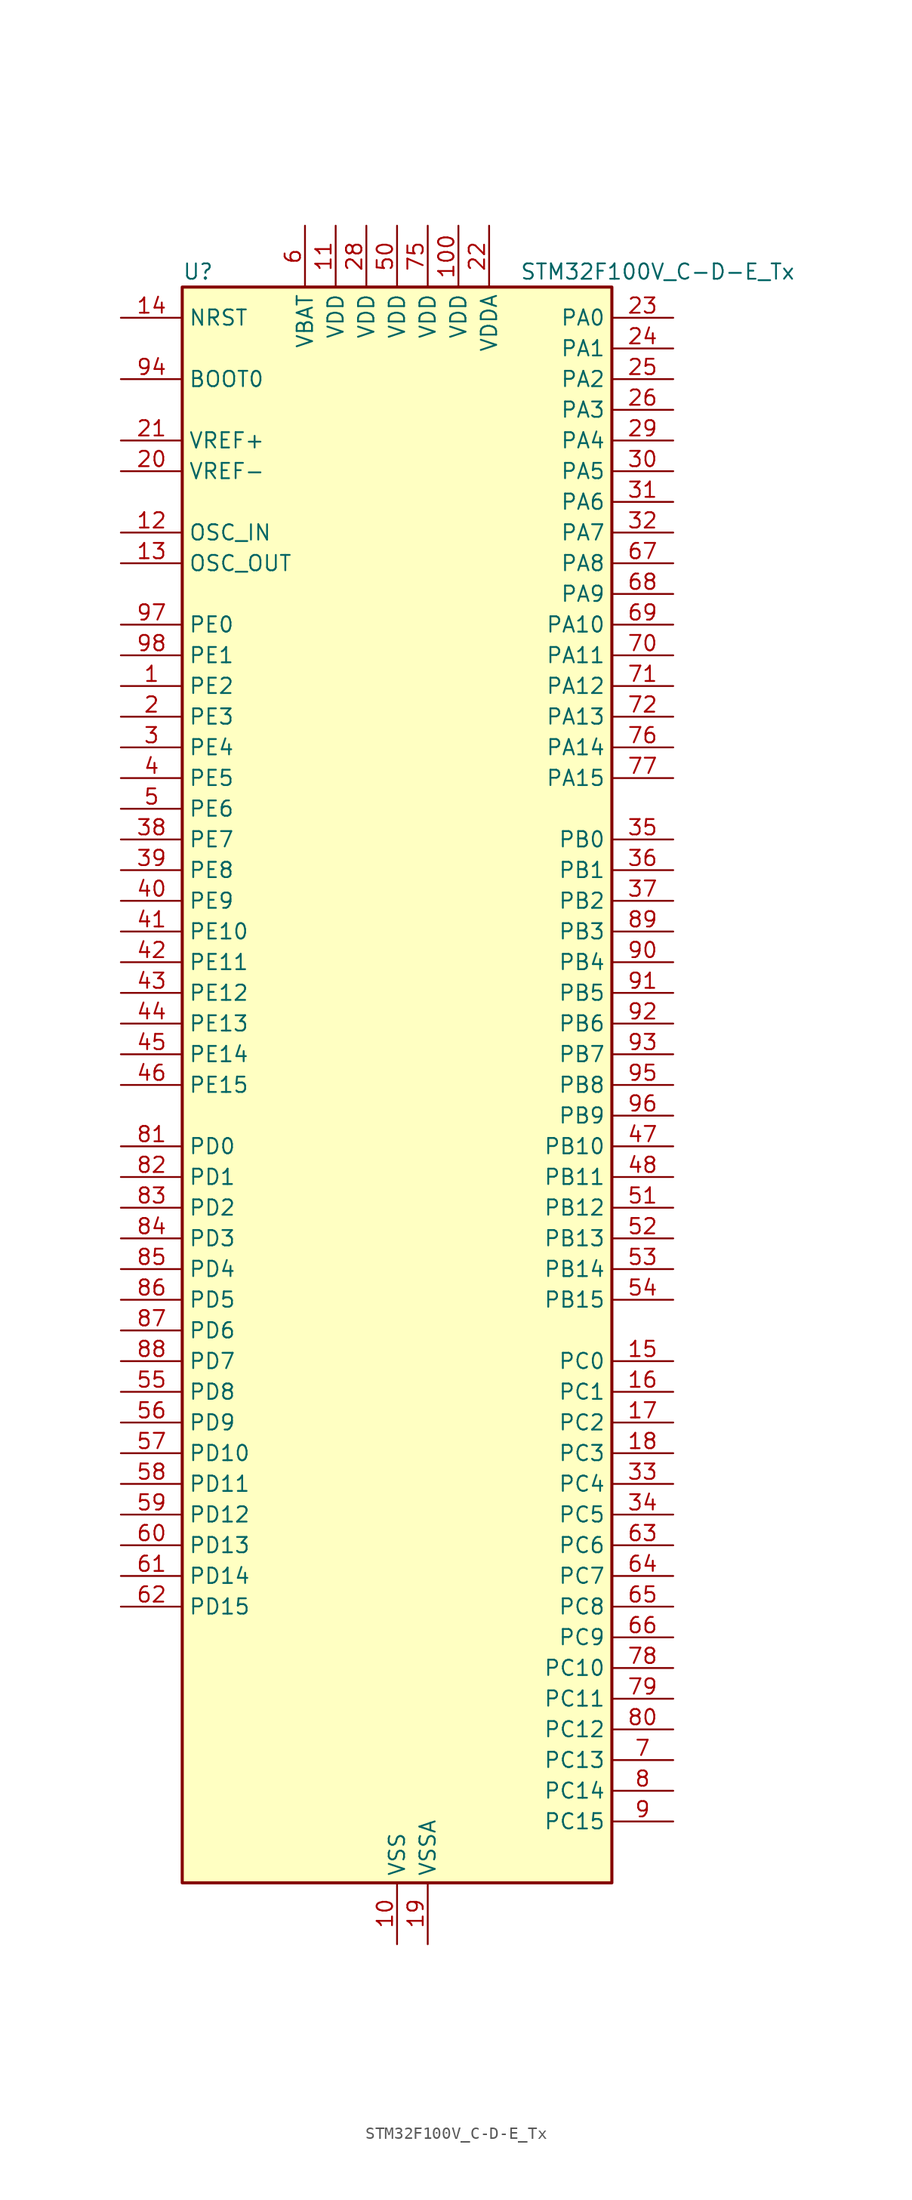
<source format=kicad_sym>
(kicad_symbol_lib
  (version 20231120)
  (generator "kicad_symbol_editor")
  (generator_version "8.0")
  (symbol "STM32F100V_C-D-E_Tx"
    (property "Reference" "U"
      (at -17.78 67.31 0)
      (effects (font (size 1.27 1.27)) (justify left)))
    (property "Value" "STM32F100V_C-D-E_Tx"
      (at 10.16 67.31 0)
      (effects (font (size 1.27 1.27)) (justify left)))
    (property "ki_locked" ""
      (at 0 0 0)
      (effects (font (size 1.27 1.27))))
    (symbol "STM32F100V_C-D-E_Tx_0_1"
      (rectangle (start -17.78 -66.04) (end 17.78 66.04) (stroke (width 0.254) (type default)) (fill (type background))))
    (symbol "STM32F100V_C-D-E_Tx_1_1"
      (pin bidirectional line (at -22.86 33.02 0) (length 5.08) (name "PE2" (effects (font (size 1.27 1.27)))) (number "1" (effects (font (size 1.27 1.27)))) (alternate "FSMC_A23" bidirectional line) (alternate "SYS_TRACECLK" bidirectional line))
      (pin power_in line (at 0 -71.12 90) (length 5.08) (name "VSS" (effects (font (size 1.27 1.27)))) (number "10" (effects (font (size 1.27 1.27)))))
      (pin power_in line (at 5.08 71.12 270) (length 5.08) (name "VDD" (effects (font (size 1.27 1.27)))) (number "100" (effects (font (size 1.27 1.27)))))
      (pin power_in line (at -5.08 71.12 270) (length 5.08) (name "VDD" (effects (font (size 1.27 1.27)))) (number "11" (effects (font (size 1.27 1.27)))))
      (pin input line (at -22.86 45.72 0) (length 5.08) (name "OSC_IN" (effects (font (size 1.27 1.27)))) (number "12" (effects (font (size 1.27 1.27)))) (alternate "RCC_OSC_IN" bidirectional line))
      (pin input line (at -22.86 43.18 0) (length 5.08) (name "OSC_OUT" (effects (font (size 1.27 1.27)))) (number "13" (effects (font (size 1.27 1.27)))) (alternate "RCC_OSC_OUT" bidirectional line))
      (pin input line (at -22.86 63.5 0) (length 5.08) (name "NRST" (effects (font (size 1.27 1.27)))) (number "14" (effects (font (size 1.27 1.27)))))
      (pin bidirectional line (at 22.86 -22.86 180) (length 5.08) (name "PC0" (effects (font (size 1.27 1.27)))) (number "15" (effects (font (size 1.27 1.27)))) (alternate "ADC1_IN10" bidirectional line))
      (pin bidirectional line (at 22.86 -25.4 180) (length 5.08) (name "PC1" (effects (font (size 1.27 1.27)))) (number "16" (effects (font (size 1.27 1.27)))) (alternate "ADC1_IN11" bidirectional line))
      (pin bidirectional line (at 22.86 -27.94 180) (length 5.08) (name "PC2" (effects (font (size 1.27 1.27)))) (number "17" (effects (font (size 1.27 1.27)))) (alternate "ADC1_IN12" bidirectional line))
      (pin bidirectional line (at 22.86 -30.48 180) (length 5.08) (name "PC3" (effects (font (size 1.27 1.27)))) (number "18" (effects (font (size 1.27 1.27)))) (alternate "ADC1_IN13" bidirectional line))
      (pin power_in line (at 2.54 -71.12 90) (length 5.08) (name "VSSA" (effects (font (size 1.27 1.27)))) (number "19" (effects (font (size 1.27 1.27)))))
      (pin bidirectional line (at -22.86 30.48 0) (length 5.08) (name "PE3" (effects (font (size 1.27 1.27)))) (number "2" (effects (font (size 1.27 1.27)))) (alternate "FSMC_A19" bidirectional line) (alternate "SYS_TRACED0" bidirectional line))
      (pin input line (at -22.86 50.8 0) (length 5.08) (name "VREF-" (effects (font (size 1.27 1.27)))) (number "20" (effects (font (size 1.27 1.27)))))
      (pin input line (at -22.86 53.34 0) (length 5.08) (name "VREF+" (effects (font (size 1.27 1.27)))) (number "21" (effects (font (size 1.27 1.27)))))
      (pin power_in line (at 7.62 71.12 270) (length 5.08) (name "VDDA" (effects (font (size 1.27 1.27)))) (number "22" (effects (font (size 1.27 1.27)))))
      (pin bidirectional line (at 22.86 63.5 180) (length 5.08) (name "PA0" (effects (font (size 1.27 1.27)))) (number "23" (effects (font (size 1.27 1.27)))) (alternate "ADC1_IN0" bidirectional line) (alternate "SYS_WKUP" bidirectional line) (alternate "TIM2_CH1" bidirectional line) (alternate "TIM2_ETR" bidirectional line) (alternate "TIM5_CH1" bidirectional line) (alternate "USART2_CTS" bidirectional line))
      (pin bidirectional line (at 22.86 60.96 180) (length 5.08) (name "PA1" (effects (font (size 1.27 1.27)))) (number "24" (effects (font (size 1.27 1.27)))) (alternate "ADC1_IN1" bidirectional line) (alternate "TIM2_CH2" bidirectional line) (alternate "TIM5_CH2" bidirectional line) (alternate "USART2_RTS" bidirectional line))
      (pin bidirectional line (at 22.86 58.42 180) (length 5.08) (name "PA2" (effects (font (size 1.27 1.27)))) (number "25" (effects (font (size 1.27 1.27)))) (alternate "ADC1_IN2" bidirectional line) (alternate "TIM15_CH1" bidirectional line) (alternate "TIM2_CH3" bidirectional line) (alternate "TIM5_CH3" bidirectional line) (alternate "USART2_TX" bidirectional line))
      (pin bidirectional line (at 22.86 55.88 180) (length 5.08) (name "PA3" (effects (font (size 1.27 1.27)))) (number "26" (effects (font (size 1.27 1.27)))) (alternate "ADC1_IN3" bidirectional line) (alternate "TIM15_CH2" bidirectional line) (alternate "TIM2_CH4" bidirectional line) (alternate "TIM5_CH4" bidirectional line) (alternate "USART2_RX" bidirectional line))
      (pin passive line (at 0 -71.12 90) (length 5.08) hide (name "VSS" (effects (font (size 1.27 1.27)))) (number "27" (effects (font (size 1.27 1.27)))))
      (pin power_in line (at -2.54 71.12 270) (length 5.08) (name "VDD" (effects (font (size 1.27 1.27)))) (number "28" (effects (font (size 1.27 1.27)))))
      (pin bidirectional line (at 22.86 53.34 180) (length 5.08) (name "PA4" (effects (font (size 1.27 1.27)))) (number "29" (effects (font (size 1.27 1.27)))) (alternate "ADC1_IN4" bidirectional line) (alternate "DAC_OUT1" bidirectional line) (alternate "SPI1_NSS" bidirectional line) (alternate "USART2_CK" bidirectional line))
      (pin bidirectional line (at -22.86 27.94 0) (length 5.08) (name "PE4" (effects (font (size 1.27 1.27)))) (number "3" (effects (font (size 1.27 1.27)))) (alternate "FSMC_A20" bidirectional line) (alternate "SYS_TRACED1" bidirectional line))
      (pin bidirectional line (at 22.86 50.8 180) (length 5.08) (name "PA5" (effects (font (size 1.27 1.27)))) (number "30" (effects (font (size 1.27 1.27)))) (alternate "ADC1_IN5" bidirectional line) (alternate "DAC_OUT2" bidirectional line) (alternate "SPI1_SCK" bidirectional line))
      (pin bidirectional line (at 22.86 48.26 180) (length 5.08) (name "PA6" (effects (font (size 1.27 1.27)))) (number "31" (effects (font (size 1.27 1.27)))) (alternate "ADC1_IN6" bidirectional line) (alternate "SPI1_MISO" bidirectional line) (alternate "TIM16_CH1" bidirectional line) (alternate "TIM1_BKIN" bidirectional line) (alternate "TIM3_CH1" bidirectional line))
      (pin bidirectional line (at 22.86 45.72 180) (length 5.08) (name "PA7" (effects (font (size 1.27 1.27)))) (number "32" (effects (font (size 1.27 1.27)))) (alternate "ADC1_IN7" bidirectional line) (alternate "SPI1_MOSI" bidirectional line) (alternate "TIM17_CH1" bidirectional line) (alternate "TIM1_CH1N" bidirectional line) (alternate "TIM3_CH2" bidirectional line))
      (pin bidirectional line (at 22.86 -33.02 180) (length 5.08) (name "PC4" (effects (font (size 1.27 1.27)))) (number "33" (effects (font (size 1.27 1.27)))) (alternate "ADC1_IN14" bidirectional line) (alternate "TIM12_CH1" bidirectional line))
      (pin bidirectional line (at 22.86 -35.56 180) (length 5.08) (name "PC5" (effects (font (size 1.27 1.27)))) (number "34" (effects (font (size 1.27 1.27)))) (alternate "ADC1_IN15" bidirectional line) (alternate "TIM12_CH2" bidirectional line))
      (pin bidirectional line (at 22.86 20.32 180) (length 5.08) (name "PB0" (effects (font (size 1.27 1.27)))) (number "35" (effects (font (size 1.27 1.27)))) (alternate "ADC1_IN8" bidirectional line) (alternate "TIM13_CH1" bidirectional line) (alternate "TIM1_CH2N" bidirectional line) (alternate "TIM3_CH3" bidirectional line))
      (pin bidirectional line (at 22.86 17.78 180) (length 5.08) (name "PB1" (effects (font (size 1.27 1.27)))) (number "36" (effects (font (size 1.27 1.27)))) (alternate "ADC1_IN9" bidirectional line) (alternate "TIM14_CH1" bidirectional line) (alternate "TIM1_CH3N" bidirectional line) (alternate "TIM3_CH4" bidirectional line))
      (pin bidirectional line (at 22.86 15.24 180) (length 5.08) (name "PB2" (effects (font (size 1.27 1.27)))) (number "37" (effects (font (size 1.27 1.27)))))
      (pin bidirectional line (at -22.86 20.32 0) (length 5.08) (name "PE7" (effects (font (size 1.27 1.27)))) (number "38" (effects (font (size 1.27 1.27)))) (alternate "FSMC_D4" bidirectional line) (alternate "FSMC_DA4" bidirectional line) (alternate "TIM1_ETR" bidirectional line))
      (pin bidirectional line (at -22.86 17.78 0) (length 5.08) (name "PE8" (effects (font (size 1.27 1.27)))) (number "39" (effects (font (size 1.27 1.27)))) (alternate "FSMC_D5" bidirectional line) (alternate "FSMC_DA5" bidirectional line) (alternate "TIM1_CH1N" bidirectional line))
      (pin bidirectional line (at -22.86 25.4 0) (length 5.08) (name "PE5" (effects (font (size 1.27 1.27)))) (number "4" (effects (font (size 1.27 1.27)))) (alternate "FSMC_A21" bidirectional line) (alternate "SYS_TRACED2" bidirectional line))
      (pin bidirectional line (at -22.86 15.24 0) (length 5.08) (name "PE9" (effects (font (size 1.27 1.27)))) (number "40" (effects (font (size 1.27 1.27)))) (alternate "DAC_EXTI9" bidirectional line) (alternate "FSMC_D6" bidirectional line) (alternate "FSMC_DA6" bidirectional line) (alternate "TIM1_CH1" bidirectional line))
      (pin bidirectional line (at -22.86 12.7 0) (length 5.08) (name "PE10" (effects (font (size 1.27 1.27)))) (number "41" (effects (font (size 1.27 1.27)))) (alternate "FSMC_D7" bidirectional line) (alternate "FSMC_DA7" bidirectional line) (alternate "TIM1_CH2N" bidirectional line))
      (pin bidirectional line (at -22.86 10.16 0) (length 5.08) (name "PE11" (effects (font (size 1.27 1.27)))) (number "42" (effects (font (size 1.27 1.27)))) (alternate "ADC1_EXTI11" bidirectional line) (alternate "FSMC_D8" bidirectional line) (alternate "FSMC_DA8" bidirectional line) (alternate "TIM1_CH2" bidirectional line))
      (pin bidirectional line (at -22.86 7.62 0) (length 5.08) (name "PE12" (effects (font (size 1.27 1.27)))) (number "43" (effects (font (size 1.27 1.27)))) (alternate "FSMC_D9" bidirectional line) (alternate "FSMC_DA9" bidirectional line) (alternate "TIM1_CH3N" bidirectional line))
      (pin bidirectional line (at -22.86 5.08 0) (length 5.08) (name "PE13" (effects (font (size 1.27 1.27)))) (number "44" (effects (font (size 1.27 1.27)))) (alternate "FSMC_D10" bidirectional line) (alternate "FSMC_DA10" bidirectional line) (alternate "TIM1_CH3" bidirectional line))
      (pin bidirectional line (at -22.86 2.54 0) (length 5.08) (name "PE14" (effects (font (size 1.27 1.27)))) (number "45" (effects (font (size 1.27 1.27)))) (alternate "FSMC_D11" bidirectional line) (alternate "FSMC_DA11" bidirectional line) (alternate "TIM1_CH4" bidirectional line))
      (pin bidirectional line (at -22.86 0 0) (length 5.08) (name "PE15" (effects (font (size 1.27 1.27)))) (number "46" (effects (font (size 1.27 1.27)))) (alternate "ADC1_EXTI15" bidirectional line) (alternate "FSMC_D12" bidirectional line) (alternate "FSMC_DA12" bidirectional line) (alternate "TIM1_BKIN" bidirectional line))
      (pin bidirectional line (at 22.86 -5.08 180) (length 5.08) (name "PB10" (effects (font (size 1.27 1.27)))) (number "47" (effects (font (size 1.27 1.27)))) (alternate "CEC" bidirectional line) (alternate "I2C2_SCL" bidirectional line) (alternate "TIM2_CH3" bidirectional line) (alternate "USART3_TX" bidirectional line))
      (pin bidirectional line (at 22.86 -7.62 180) (length 5.08) (name "PB11" (effects (font (size 1.27 1.27)))) (number "48" (effects (font (size 1.27 1.27)))) (alternate "ADC1_EXTI11" bidirectional line) (alternate "I2C2_SDA" bidirectional line) (alternate "TIM2_CH4" bidirectional line) (alternate "USART3_RX" bidirectional line))
      (pin passive line (at 0 -71.12 90) (length 5.08) hide (name "VSS" (effects (font (size 1.27 1.27)))) (number "49" (effects (font (size 1.27 1.27)))))
      (pin bidirectional line (at -22.86 22.86 0) (length 5.08) (name "PE6" (effects (font (size 1.27 1.27)))) (number "5" (effects (font (size 1.27 1.27)))) (alternate "FSMC_A22" bidirectional line) (alternate "SYS_TRACED3" bidirectional line))
      (pin power_in line (at 0 71.12 270) (length 5.08) (name "VDD" (effects (font (size 1.27 1.27)))) (number "50" (effects (font (size 1.27 1.27)))))
      (pin bidirectional line (at 22.86 -10.16 180) (length 5.08) (name "PB12" (effects (font (size 1.27 1.27)))) (number "51" (effects (font (size 1.27 1.27)))) (alternate "I2C2_SMBA" bidirectional line) (alternate "SPI2_NSS" bidirectional line) (alternate "TIM12_CH1" bidirectional line) (alternate "TIM1_BKIN" bidirectional line) (alternate "USART3_CK" bidirectional line))
      (pin bidirectional line (at 22.86 -12.7 180) (length 5.08) (name "PB13" (effects (font (size 1.27 1.27)))) (number "52" (effects (font (size 1.27 1.27)))) (alternate "SPI2_SCK" bidirectional line) (alternate "TIM12_CH2" bidirectional line) (alternate "TIM1_CH1N" bidirectional line) (alternate "USART3_CTS" bidirectional line))
      (pin bidirectional line (at 22.86 -15.24 180) (length 5.08) (name "PB14" (effects (font (size 1.27 1.27)))) (number "53" (effects (font (size 1.27 1.27)))) (alternate "SPI2_MISO" bidirectional line) (alternate "TIM15_CH1" bidirectional line) (alternate "TIM1_CH2N" bidirectional line) (alternate "USART3_RTS" bidirectional line))
      (pin bidirectional line (at 22.86 -17.78 180) (length 5.08) (name "PB15" (effects (font (size 1.27 1.27)))) (number "54" (effects (font (size 1.27 1.27)))) (alternate "ADC1_EXTI15" bidirectional line) (alternate "SPI2_MOSI" bidirectional line) (alternate "TIM15_CH1N" bidirectional line) (alternate "TIM15_CH2" bidirectional line) (alternate "TIM1_CH3N" bidirectional line))
      (pin bidirectional line (at -22.86 -25.4 0) (length 5.08) (name "PD8" (effects (font (size 1.27 1.27)))) (number "55" (effects (font (size 1.27 1.27)))) (alternate "FSMC_D13" bidirectional line) (alternate "FSMC_DA13" bidirectional line) (alternate "USART3_TX" bidirectional line))
      (pin bidirectional line (at -22.86 -27.94 0) (length 5.08) (name "PD9" (effects (font (size 1.27 1.27)))) (number "56" (effects (font (size 1.27 1.27)))) (alternate "DAC_EXTI9" bidirectional line) (alternate "FSMC_D14" bidirectional line) (alternate "FSMC_DA14" bidirectional line) (alternate "USART3_RX" bidirectional line))
      (pin bidirectional line (at -22.86 -30.48 0) (length 5.08) (name "PD10" (effects (font (size 1.27 1.27)))) (number "57" (effects (font (size 1.27 1.27)))) (alternate "FSMC_D15" bidirectional line) (alternate "FSMC_DA15" bidirectional line) (alternate "USART3_CK" bidirectional line))
      (pin bidirectional line (at -22.86 -33.02 0) (length 5.08) (name "PD11" (effects (font (size 1.27 1.27)))) (number "58" (effects (font (size 1.27 1.27)))) (alternate "ADC1_EXTI11" bidirectional line) (alternate "FSMC_A16" bidirectional line) (alternate "USART3_CTS" bidirectional line))
      (pin bidirectional line (at -22.86 -35.56 0) (length 5.08) (name "PD12" (effects (font (size 1.27 1.27)))) (number "59" (effects (font (size 1.27 1.27)))) (alternate "FSMC_A17" bidirectional line) (alternate "TIM4_CH1" bidirectional line) (alternate "USART3_RTS" bidirectional line))
      (pin power_in line (at -7.62 71.12 270) (length 5.08) (name "VBAT" (effects (font (size 1.27 1.27)))) (number "6" (effects (font (size 1.27 1.27)))))
      (pin bidirectional line (at -22.86 -38.1 0) (length 5.08) (name "PD13" (effects (font (size 1.27 1.27)))) (number "60" (effects (font (size 1.27 1.27)))) (alternate "FSMC_A18" bidirectional line) (alternate "TIM4_CH2" bidirectional line))
      (pin bidirectional line (at -22.86 -40.64 0) (length 5.08) (name "PD14" (effects (font (size 1.27 1.27)))) (number "61" (effects (font (size 1.27 1.27)))) (alternate "FSMC_D0" bidirectional line) (alternate "FSMC_DA0" bidirectional line) (alternate "TIM4_CH3" bidirectional line))
      (pin bidirectional line (at -22.86 -43.18 0) (length 5.08) (name "PD15" (effects (font (size 1.27 1.27)))) (number "62" (effects (font (size 1.27 1.27)))) (alternate "ADC1_EXTI15" bidirectional line) (alternate "FSMC_D1" bidirectional line) (alternate "FSMC_DA1" bidirectional line) (alternate "TIM4_CH4" bidirectional line))
      (pin bidirectional line (at 22.86 -38.1 180) (length 5.08) (name "PC6" (effects (font (size 1.27 1.27)))) (number "63" (effects (font (size 1.27 1.27)))) (alternate "TIM3_CH1" bidirectional line))
      (pin bidirectional line (at 22.86 -40.64 180) (length 5.08) (name "PC7" (effects (font (size 1.27 1.27)))) (number "64" (effects (font (size 1.27 1.27)))) (alternate "TIM3_CH2" bidirectional line))
      (pin bidirectional line (at 22.86 -43.18 180) (length 5.08) (name "PC8" (effects (font (size 1.27 1.27)))) (number "65" (effects (font (size 1.27 1.27)))) (alternate "TIM13_CH1" bidirectional line) (alternate "TIM3_CH3" bidirectional line))
      (pin bidirectional line (at 22.86 -45.72 180) (length 5.08) (name "PC9" (effects (font (size 1.27 1.27)))) (number "66" (effects (font (size 1.27 1.27)))) (alternate "DAC_EXTI9" bidirectional line) (alternate "TIM14_CH1" bidirectional line) (alternate "TIM3_CH4" bidirectional line))
      (pin bidirectional line (at 22.86 43.18 180) (length 5.08) (name "PA8" (effects (font (size 1.27 1.27)))) (number "67" (effects (font (size 1.27 1.27)))) (alternate "RCC_MCO" bidirectional line) (alternate "TIM1_CH1" bidirectional line) (alternate "USART1_CK" bidirectional line))
      (pin bidirectional line (at 22.86 40.64 180) (length 5.08) (name "PA9" (effects (font (size 1.27 1.27)))) (number "68" (effects (font (size 1.27 1.27)))) (alternate "DAC_EXTI9" bidirectional line) (alternate "TIM15_BKIN" bidirectional line) (alternate "TIM1_CH2" bidirectional line) (alternate "USART1_TX" bidirectional line))
      (pin bidirectional line (at 22.86 38.1 180) (length 5.08) (name "PA10" (effects (font (size 1.27 1.27)))) (number "69" (effects (font (size 1.27 1.27)))) (alternate "TIM17_BKIN" bidirectional line) (alternate "TIM1_CH3" bidirectional line) (alternate "USART1_RX" bidirectional line))
      (pin bidirectional line (at 22.86 -55.88 180) (length 5.08) (name "PC13" (effects (font (size 1.27 1.27)))) (number "7" (effects (font (size 1.27 1.27)))) (alternate "RTC_OUT" bidirectional line) (alternate "RTC_TAMPER" bidirectional line))
      (pin bidirectional line (at 22.86 35.56 180) (length 5.08) (name "PA11" (effects (font (size 1.27 1.27)))) (number "70" (effects (font (size 1.27 1.27)))) (alternate "ADC1_EXTI11" bidirectional line) (alternate "TIM1_CH4" bidirectional line) (alternate "USART1_CTS" bidirectional line))
      (pin bidirectional line (at 22.86 33.02 180) (length 5.08) (name "PA12" (effects (font (size 1.27 1.27)))) (number "71" (effects (font (size 1.27 1.27)))) (alternate "TIM1_ETR" bidirectional line) (alternate "USART1_RTS" bidirectional line))
      (pin bidirectional line (at 22.86 30.48 180) (length 5.08) (name "PA13" (effects (font (size 1.27 1.27)))) (number "72" (effects (font (size 1.27 1.27)))) (alternate "SYS_JTMS-SWDIO" bidirectional line))
      (pin no_connect line (at -17.78 -66.04 0) (length 5.08) hide (name "NC" (effects (font (size 1.27 1.27)))) (number "73" (effects (font (size 1.27 1.27)))))
      (pin passive line (at 0 -71.12 90) (length 5.08) hide (name "VSS" (effects (font (size 1.27 1.27)))) (number "74" (effects (font (size 1.27 1.27)))))
      (pin power_in line (at 2.54 71.12 270) (length 5.08) (name "VDD" (effects (font (size 1.27 1.27)))) (number "75" (effects (font (size 1.27 1.27)))))
      (pin bidirectional line (at 22.86 27.94 180) (length 5.08) (name "PA14" (effects (font (size 1.27 1.27)))) (number "76" (effects (font (size 1.27 1.27)))) (alternate "SYS_JTCK-SWCLK" bidirectional line))
      (pin bidirectional line (at 22.86 25.4 180) (length 5.08) (name "PA15" (effects (font (size 1.27 1.27)))) (number "77" (effects (font (size 1.27 1.27)))) (alternate "ADC1_EXTI15" bidirectional line) (alternate "SPI1_NSS" bidirectional line) (alternate "SPI3_NSS" bidirectional line) (alternate "SYS_JTDI" bidirectional line) (alternate "TIM2_CH1" bidirectional line) (alternate "TIM2_ETR" bidirectional line))
      (pin bidirectional line (at 22.86 -48.26 180) (length 5.08) (name "PC10" (effects (font (size 1.27 1.27)))) (number "78" (effects (font (size 1.27 1.27)))) (alternate "UART4_TX" bidirectional line) (alternate "USART3_TX" bidirectional line))
      (pin bidirectional line (at 22.86 -50.8 180) (length 5.08) (name "PC11" (effects (font (size 1.27 1.27)))) (number "79" (effects (font (size 1.27 1.27)))) (alternate "ADC1_EXTI11" bidirectional line) (alternate "UART4_RX" bidirectional line) (alternate "USART3_RX" bidirectional line))
      (pin bidirectional line (at 22.86 -58.42 180) (length 5.08) (name "PC14" (effects (font (size 1.27 1.27)))) (number "8" (effects (font (size 1.27 1.27)))) (alternate "RCC_OSC32_IN" bidirectional line))
      (pin bidirectional line (at 22.86 -53.34 180) (length 5.08) (name "PC12" (effects (font (size 1.27 1.27)))) (number "80" (effects (font (size 1.27 1.27)))) (alternate "UART5_TX" bidirectional line) (alternate "USART3_CK" bidirectional line))
      (pin bidirectional line (at -22.86 -5.08 0) (length 5.08) (name "PD0" (effects (font (size 1.27 1.27)))) (number "81" (effects (font (size 1.27 1.27)))) (alternate "FSMC_D2" bidirectional line) (alternate "FSMC_DA2" bidirectional line))
      (pin bidirectional line (at -22.86 -7.62 0) (length 5.08) (name "PD1" (effects (font (size 1.27 1.27)))) (number "82" (effects (font (size 1.27 1.27)))) (alternate "FSMC_D3" bidirectional line) (alternate "FSMC_DA3" bidirectional line))
      (pin bidirectional line (at -22.86 -10.16 0) (length 5.08) (name "PD2" (effects (font (size 1.27 1.27)))) (number "83" (effects (font (size 1.27 1.27)))) (alternate "TIM3_ETR" bidirectional line) (alternate "UART5_RX" bidirectional line))
      (pin bidirectional line (at -22.86 -12.7 0) (length 5.08) (name "PD3" (effects (font (size 1.27 1.27)))) (number "84" (effects (font (size 1.27 1.27)))) (alternate "FSMC_CLK" bidirectional line) (alternate "USART2_CTS" bidirectional line))
      (pin bidirectional line (at -22.86 -15.24 0) (length 5.08) (name "PD4" (effects (font (size 1.27 1.27)))) (number "85" (effects (font (size 1.27 1.27)))) (alternate "FSMC_NOE" bidirectional line) (alternate "USART2_RTS" bidirectional line))
      (pin bidirectional line (at -22.86 -17.78 0) (length 5.08) (name "PD5" (effects (font (size 1.27 1.27)))) (number "86" (effects (font (size 1.27 1.27)))) (alternate "FSMC_NWE" bidirectional line) (alternate "USART2_TX" bidirectional line))
      (pin bidirectional line (at -22.86 -20.32 0) (length 5.08) (name "PD6" (effects (font (size 1.27 1.27)))) (number "87" (effects (font (size 1.27 1.27)))) (alternate "FSMC_NWAIT" bidirectional line) (alternate "USART2_RX" bidirectional line))
      (pin bidirectional line (at -22.86 -22.86 0) (length 5.08) (name "PD7" (effects (font (size 1.27 1.27)))) (number "88" (effects (font (size 1.27 1.27)))) (alternate "FSMC_NE1" bidirectional line) (alternate "USART2_CK" bidirectional line))
      (pin bidirectional line (at 22.86 12.7 180) (length 5.08) (name "PB3" (effects (font (size 1.27 1.27)))) (number "89" (effects (font (size 1.27 1.27)))) (alternate "SPI1_SCK" bidirectional line) (alternate "SPI3_SCK" bidirectional line) (alternate "SYS_JTDO-TRACESWO" bidirectional line) (alternate "TIM2_CH2" bidirectional line))
      (pin bidirectional line (at 22.86 -60.96 180) (length 5.08) (name "PC15" (effects (font (size 1.27 1.27)))) (number "9" (effects (font (size 1.27 1.27)))) (alternate "ADC1_EXTI15" bidirectional line) (alternate "RCC_OSC32_OUT" bidirectional line))
      (pin bidirectional line (at 22.86 10.16 180) (length 5.08) (name "PB4" (effects (font (size 1.27 1.27)))) (number "90" (effects (font (size 1.27 1.27)))) (alternate "SPI1_MISO" bidirectional line) (alternate "SPI3_MISO" bidirectional line) (alternate "SYS_NJTRST" bidirectional line) (alternate "TIM3_CH1" bidirectional line))
      (pin bidirectional line (at 22.86 7.62 180) (length 5.08) (name "PB5" (effects (font (size 1.27 1.27)))) (number "91" (effects (font (size 1.27 1.27)))) (alternate "I2C1_SMBA" bidirectional line) (alternate "SPI1_MOSI" bidirectional line) (alternate "SPI3_MOSI" bidirectional line) (alternate "TIM16_BKIN" bidirectional line) (alternate "TIM3_CH2" bidirectional line))
      (pin bidirectional line (at 22.86 5.08 180) (length 5.08) (name "PB6" (effects (font (size 1.27 1.27)))) (number "92" (effects (font (size 1.27 1.27)))) (alternate "I2C1_SCL" bidirectional line) (alternate "TIM16_CH1N" bidirectional line) (alternate "TIM4_CH1" bidirectional line) (alternate "USART1_TX" bidirectional line))
      (pin bidirectional line (at 22.86 2.54 180) (length 5.08) (name "PB7" (effects (font (size 1.27 1.27)))) (number "93" (effects (font (size 1.27 1.27)))) (alternate "FSMC_NL" bidirectional line) (alternate "I2C1_SDA" bidirectional line) (alternate "TIM17_CH1N" bidirectional line) (alternate "TIM4_CH2" bidirectional line) (alternate "USART1_RX" bidirectional line))
      (pin input line (at -22.86 58.42 0) (length 5.08) (name "BOOT0" (effects (font (size 1.27 1.27)))) (number "94" (effects (font (size 1.27 1.27)))))
      (pin bidirectional line (at 22.86 0 180) (length 5.08) (name "PB8" (effects (font (size 1.27 1.27)))) (number "95" (effects (font (size 1.27 1.27)))) (alternate "CEC" bidirectional line) (alternate "I2C1_SCL" bidirectional line) (alternate "TIM16_CH1" bidirectional line) (alternate "TIM4_CH3" bidirectional line))
      (pin bidirectional line (at 22.86 -2.54 180) (length 5.08) (name "PB9" (effects (font (size 1.27 1.27)))) (number "96" (effects (font (size 1.27 1.27)))) (alternate "DAC_EXTI9" bidirectional line) (alternate "I2C1_SDA" bidirectional line) (alternate "TIM17_CH1" bidirectional line) (alternate "TIM4_CH4" bidirectional line))
      (pin bidirectional line (at -22.86 38.1 0) (length 5.08) (name "PE0" (effects (font (size 1.27 1.27)))) (number "97" (effects (font (size 1.27 1.27)))) (alternate "FSMC_NBL0" bidirectional line) (alternate "TIM4_ETR" bidirectional line))
      (pin bidirectional line (at -22.86 35.56 0) (length 5.08) (name "PE1" (effects (font (size 1.27 1.27)))) (number "98" (effects (font (size 1.27 1.27)))) (alternate "FSMC_NBL1" bidirectional line))
      (pin passive line (at 0 -71.12 90) (length 5.08) hide (name "VSS" (effects (font (size 1.27 1.27)))) (number "99" (effects (font (size 1.27 1.27))))))))
</source>
